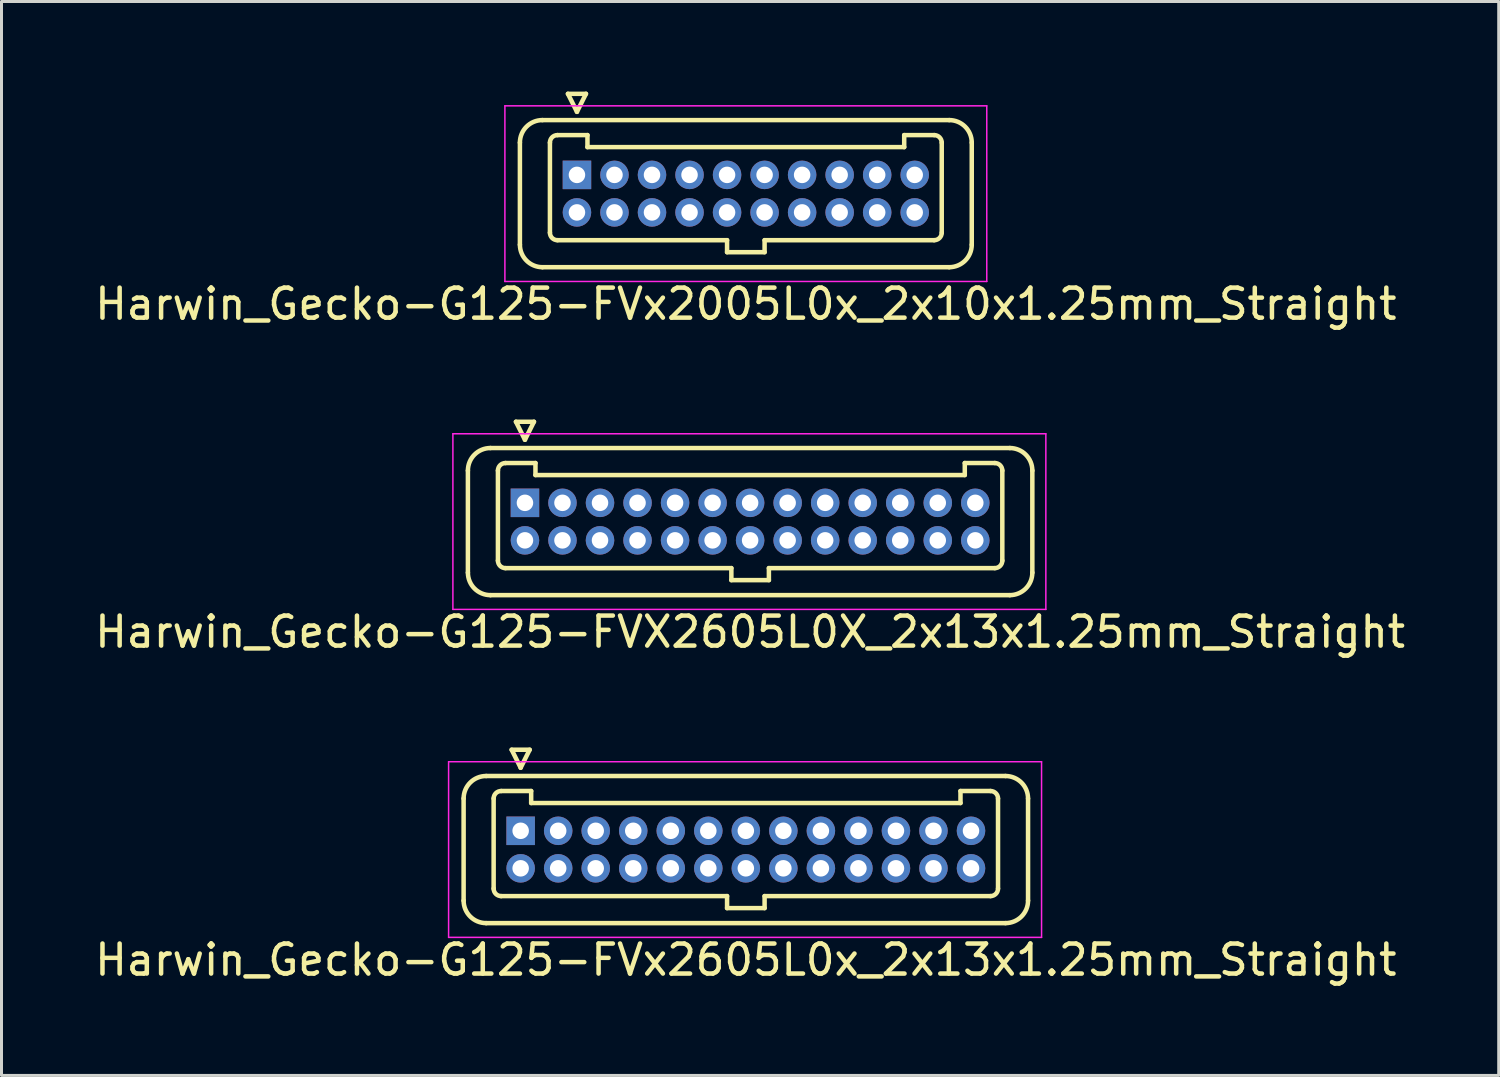
<source format=kicad_pcb>
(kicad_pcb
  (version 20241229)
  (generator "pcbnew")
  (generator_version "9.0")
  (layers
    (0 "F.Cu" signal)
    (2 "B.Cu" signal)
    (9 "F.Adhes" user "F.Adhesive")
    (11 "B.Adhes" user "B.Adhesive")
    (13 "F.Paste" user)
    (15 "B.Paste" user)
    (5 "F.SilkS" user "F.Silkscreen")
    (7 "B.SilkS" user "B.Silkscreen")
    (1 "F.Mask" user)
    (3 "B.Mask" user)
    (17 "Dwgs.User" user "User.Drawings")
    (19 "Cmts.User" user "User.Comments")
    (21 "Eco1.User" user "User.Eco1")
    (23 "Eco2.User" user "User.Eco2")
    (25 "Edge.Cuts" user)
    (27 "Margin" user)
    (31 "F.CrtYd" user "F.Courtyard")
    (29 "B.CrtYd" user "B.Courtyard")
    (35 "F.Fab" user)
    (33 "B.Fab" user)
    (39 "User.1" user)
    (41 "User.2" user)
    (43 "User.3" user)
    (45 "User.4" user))
  (footprint "Harwin_Gecko-G125-FVX2605L0X_2x13x1.25mm_Straight"
    (layer "F.Cu")
    (at 14.435 13.698)
    (property "Reference" "Harwin_Gecko-G125-FVX2605L0X_2x13x1.25mm_Straight" (at 7.5 4.3 0) (layer "F.SilkS") (effects (font (size 1 1) (thickness 0.15))))
    (attr through_hole)
    (fp_line (start -1.9 -1.075) (end -1.9 2.325) (stroke (width 0.15) (type solid)) (layer "F.SilkS"))
    (fp_line (start -1.15 -1.825) (end 16.15 -1.825) (stroke (width 0.15) (type solid)) (layer "F.SilkS"))
    (fp_line (start -1.15 3.075) (end 16.15 3.075) (stroke (width 0.15) (type solid)) (layer "F.SilkS"))
    (fp_line (start -0.9 -1.075) (end -0.9 1.925) (stroke (width 0.15) (type solid)) (layer "F.SilkS"))
    (fp_line (start -0.65 -1.325) (end 0.35 -1.325) (stroke (width 0.15) (type solid)) (layer "F.SilkS"))
    (fp_line (start -0.65 2.175) (end 6.875 2.175) (stroke (width 0.15) (type solid)) (layer "F.SilkS"))
    (fp_line (start -0.3 -2.7) (end 0.3 -2.7) (stroke (width 0.15) (type solid)) (layer "F.SilkS"))
    (fp_line (start 0 -2.1) (end -0.3 -2.7) (stroke (width 0.15) (type solid)) (layer "F.SilkS"))
    (fp_line (start 0.3 -2.7) (end 0 -2.1) (stroke (width 0.15) (type solid)) (layer "F.SilkS"))
    (fp_line (start 0.35 -1.325) (end 0.35 -0.925) (stroke (width 0.15) (type solid)) (layer "F.SilkS"))
    (fp_line (start 0.35 -0.925) (end 14.65 -0.925) (stroke (width 0.15) (type solid)) (layer "F.SilkS"))
    (fp_line (start 6.875 2.175) (end 6.875 2.575) (stroke (width 0.15) (type solid)) (layer "F.SilkS"))
    (fp_line (start 6.875 2.575) (end 8.125 2.575) (stroke (width 0.15) (type solid)) (layer "F.SilkS"))
    (fp_line (start 8.125 2.175) (end 15.65 2.175) (stroke (width 0.15) (type solid)) (layer "F.SilkS"))
    (fp_line (start 8.125 2.575) (end 8.125 2.175) (stroke (width 0.15) (type solid)) (layer "F.SilkS"))
    (fp_line (start 14.65 -1.325) (end 15.65 -1.325) (stroke (width 0.15) (type solid)) (layer "F.SilkS"))
    (fp_line (start 14.65 -0.925) (end 14.65 -1.325) (stroke (width 0.15) (type solid)) (layer "F.SilkS"))
    (fp_line (start 15.9 -1.075) (end 15.9 1.925) (stroke (width 0.15) (type solid)) (layer "F.SilkS"))
    (fp_line (start 16.9 -1.075) (end 16.9 2.325) (stroke (width 0.15) (type solid)) (layer "F.SilkS"))
    (fp_arc (start -1.9 -1.075) (mid -1.68033 -1.60533) (end -1.15 -1.825) (stroke (width 0.15) (type solid)) (layer "F.SilkS"))
    (fp_arc (start -1.15 3.075) (mid -1.68033 2.85533) (end -1.9 2.325) (stroke (width 0.15) (type solid)) (layer "F.SilkS"))
    (fp_arc (start -0.9 -1.075) (mid -0.826777 -1.251777) (end -0.65 -1.325) (stroke (width 0.15) (type solid)) (layer "F.SilkS"))
    (fp_arc (start -0.65 2.175) (mid -0.826777 2.101777) (end -0.9 1.925) (stroke (width 0.15) (type solid)) (layer "F.SilkS"))
    (fp_arc (start 15.65 -1.325) (mid 15.826777 -1.251777) (end 15.9 -1.075) (stroke (width 0.15) (type solid)) (layer "F.SilkS"))
    (fp_arc (start 15.9 1.925) (mid 15.826777 2.101777) (end 15.65 2.175) (stroke (width 0.15) (type solid)) (layer "F.SilkS"))
    (fp_arc (start 16.15 -1.825) (mid 16.68033 -1.60533) (end 16.9 -1.075) (stroke (width 0.15) (type solid)) (layer "F.SilkS"))
    (fp_arc (start 16.9 2.325) (mid 16.68033 2.85533) (end 16.15 3.075) (stroke (width 0.15) (type solid)) (layer "F.SilkS"))
    (fp_line (start -2.4 -2.3) (end -2.4 3.55) (stroke (width 0.05) (type solid)) (layer "F.CrtYd"))
    (fp_line (start -2.4 3.55) (end 17.35 3.55) (stroke (width 0.05) (type solid)) (layer "F.CrtYd"))
    (fp_line (start 17.35 -2.3) (end -2.4 -2.3) (stroke (width 0.05) (type solid)) (layer "F.CrtYd"))
    (fp_line (start 17.35 3.55) (end 17.35 -2.3) (stroke (width 0.05) (type solid)) (layer "F.CrtYd"))
    (pad "1" thru_hole rect (at 0 0) (size 0.95 0.95) (drill 0.55) (layers "*.Cu" "*.Mask"))
    (pad "2" thru_hole circle (at 1.25 0) (size 0.95 0.95) (drill 0.55) (layers "*.Cu" "*.Mask"))
    (pad "3" thru_hole circle (at 2.5 0) (size 0.95 0.95) (drill 0.55) (layers "*.Cu" "*.Mask"))
    (pad "4" thru_hole circle (at 3.75 0) (size 0.95 0.95) (drill 0.55) (layers "*.Cu" "*.Mask"))
    (pad "5" thru_hole circle (at 5 0) (size 0.95 0.95) (drill 0.55) (layers "*.Cu" "*.Mask"))
    (pad "6" thru_hole circle (at 6.25 0) (size 0.95 0.95) (drill 0.55) (layers "*.Cu" "*.Mask"))
    (pad "7" thru_hole circle (at 7.5 0) (size 0.95 0.95) (drill 0.55) (layers "*.Cu" "*.Mask"))
    (pad "8" thru_hole circle (at 8.75 0) (size 0.95 0.95) (drill 0.55) (layers "*.Cu" "*.Mask"))
    (pad "9" thru_hole circle (at 10 0) (size 0.95 0.95) (drill 0.55) (layers "*.Cu" "*.Mask"))
    (pad "10" thru_hole circle (at 11.25 0) (size 0.95 0.95) (drill 0.55) (layers "*.Cu" "*.Mask"))
    (pad "11" thru_hole circle (at 12.5 0) (size 0.95 0.95) (drill 0.55) (layers "*.Cu" "*.Mask"))
    (pad "12" thru_hole circle (at 13.75 0) (size 0.95 0.95) (drill 0.55) (layers "*.Cu" "*.Mask"))
    (pad "13" thru_hole circle (at 15 0) (size 0.95 0.95) (drill 0.55) (layers "*.Cu" "*.Mask"))
    (pad "14" thru_hole circle (at 0 1.25) (size 0.95 0.95) (drill 0.55) (layers "*.Cu" "*.Mask"))
    (pad "15" thru_hole circle (at 1.25 1.25) (size 0.95 0.95) (drill 0.55) (layers "*.Cu" "*.Mask"))
    (pad "16" thru_hole circle (at 2.5 1.25) (size 0.95 0.95) (drill 0.55) (layers "*.Cu" "*.Mask"))
    (pad "17" thru_hole circle (at 3.75 1.25) (size 0.95 0.95) (drill 0.55) (layers "*.Cu" "*.Mask"))
    (pad "18" thru_hole circle (at 5 1.25) (size 0.95 0.95) (drill 0.55) (layers "*.Cu" "*.Mask"))
    (pad "19" thru_hole circle (at 6.25 1.25) (size 0.95 0.95) (drill 0.55) (layers "*.Cu" "*.Mask"))
    (pad "20" thru_hole circle (at 7.5 1.25) (size 0.95 0.95) (drill 0.55) (layers "*.Cu" "*.Mask"))
    (pad "21" thru_hole circle (at 8.75 1.25) (size 0.95 0.95) (drill 0.55) (layers "*.Cu" "*.Mask"))
    (pad "22" thru_hole circle (at 10 1.25) (size 0.95 0.95) (drill 0.55) (layers "*.Cu" "*.Mask"))
    (pad "23" thru_hole circle (at 11.25 1.25) (size 0.95 0.95) (drill 0.55) (layers "*.Cu" "*.Mask"))
    (pad "24" thru_hole circle (at 12.5 1.25) (size 0.95 0.95) (drill 0.55) (layers "*.Cu" "*.Mask"))
    (pad "25" thru_hole circle (at 13.75 1.25) (size 0.95 0.95) (drill 0.55) (layers "*.Cu" "*.Mask"))
    (pad "26" thru_hole circle (at 15 1.25) (size 0.95 0.95) (drill 0.55) (layers "*.Cu" "*.Mask")))
  (footprint "Harwin_Gecko-G125-FVx2005L0x_2x10x1.25mm_Straight"
    (layer "F.Cu")
    (at 16.167 2.775)
    (property "Reference" "Harwin_Gecko-G125-FVx2005L0x_2x10x1.25mm_Straight" (at 5.625 4.3 0) (layer "F.SilkS") (effects (font (size 1 1) (thickness 0.15))))
    (attr through_hole)
    (fp_line (start -1.9 -1.075) (end -1.9 2.325) (stroke (width 0.15) (type solid)) (layer "F.SilkS"))
    (fp_line (start -1.15 -1.825) (end 12.4 -1.825) (stroke (width 0.15) (type solid)) (layer "F.SilkS"))
    (fp_line (start -1.15 3.075) (end 12.4 3.075) (stroke (width 0.15) (type solid)) (layer "F.SilkS"))
    (fp_line (start -0.9 -1.075) (end -0.9 1.925) (stroke (width 0.15) (type solid)) (layer "F.SilkS"))
    (fp_line (start -0.65 -1.325) (end 0.35 -1.325) (stroke (width 0.15) (type solid)) (layer "F.SilkS"))
    (fp_line (start -0.65 2.175) (end 5 2.175) (stroke (width 0.15) (type solid)) (layer "F.SilkS"))
    (fp_line (start -0.3 -2.7) (end 0.3 -2.7) (stroke (width 0.15) (type solid)) (layer "F.SilkS"))
    (fp_line (start 0 -2.1) (end -0.3 -2.7) (stroke (width 0.15) (type solid)) (layer "F.SilkS"))
    (fp_line (start 0.3 -2.7) (end 0 -2.1) (stroke (width 0.15) (type solid)) (layer "F.SilkS"))
    (fp_line (start 0.35 -1.325) (end 0.35 -0.925) (stroke (width 0.15) (type solid)) (layer "F.SilkS"))
    (fp_line (start 0.35 -0.925) (end 10.9 -0.925) (stroke (width 0.15) (type solid)) (layer "F.SilkS"))
    (fp_line (start 5 2.175) (end 5 2.575) (stroke (width 0.15) (type solid)) (layer "F.SilkS"))
    (fp_line (start 5 2.575) (end 6.25 2.575) (stroke (width 0.15) (type solid)) (layer "F.SilkS"))
    (fp_line (start 6.25 2.175) (end 11.9 2.175) (stroke (width 0.15) (type solid)) (layer "F.SilkS"))
    (fp_line (start 6.25 2.575) (end 6.25 2.175) (stroke (width 0.15) (type solid)) (layer "F.SilkS"))
    (fp_line (start 10.9 -1.325) (end 11.9 -1.325) (stroke (width 0.15) (type solid)) (layer "F.SilkS"))
    (fp_line (start 10.9 -0.925) (end 10.9 -1.325) (stroke (width 0.15) (type solid)) (layer "F.SilkS"))
    (fp_line (start 12.15 -1.075) (end 12.15 1.925) (stroke (width 0.15) (type solid)) (layer "F.SilkS"))
    (fp_line (start 13.15 -1.075) (end 13.15 2.325) (stroke (width 0.15) (type solid)) (layer "F.SilkS"))
    (fp_arc (start -1.9 -1.075) (mid -1.68033 -1.60533) (end -1.15 -1.825) (stroke (width 0.15) (type solid)) (layer "F.SilkS"))
    (fp_arc (start -1.15 3.075) (mid -1.68033 2.85533) (end -1.9 2.325) (stroke (width 0.15) (type solid)) (layer "F.SilkS"))
    (fp_arc (start -0.9 -1.075) (mid -0.826777 -1.251777) (end -0.65 -1.325) (stroke (width 0.15) (type solid)) (layer "F.SilkS"))
    (fp_arc (start -0.65 2.175) (mid -0.826777 2.101777) (end -0.9 1.925) (stroke (width 0.15) (type solid)) (layer "F.SilkS"))
    (fp_arc (start 11.9 -1.325) (mid 12.076777 -1.251777) (end 12.15 -1.075) (stroke (width 0.15) (type solid)) (layer "F.SilkS"))
    (fp_arc (start 12.15 1.925) (mid 12.076777 2.101777) (end 11.9 2.175) (stroke (width 0.15) (type solid)) (layer "F.SilkS"))
    (fp_arc (start 12.4 -1.825) (mid 12.93033 -1.60533) (end 13.15 -1.075) (stroke (width 0.15) (type solid)) (layer "F.SilkS"))
    (fp_arc (start 13.15 2.325) (mid 12.93033 2.85533) (end 12.4 3.075) (stroke (width 0.15) (type solid)) (layer "F.SilkS"))
    (fp_line (start -2.4 -2.3) (end -2.4 3.55) (stroke (width 0.05) (type solid)) (layer "F.CrtYd"))
    (fp_line (start -2.4 3.55) (end 13.65 3.55) (stroke (width 0.05) (type solid)) (layer "F.CrtYd"))
    (fp_line (start 13.65 -2.3) (end -2.4 -2.3) (stroke (width 0.05) (type solid)) (layer "F.CrtYd"))
    (fp_line (start 13.65 3.55) (end 13.65 -2.3) (stroke (width 0.05) (type solid)) (layer "F.CrtYd"))
    (pad "1" thru_hole rect (at 0 0) (size 0.95 0.95) (drill 0.55) (layers "*.Cu" "*.Mask"))
    (pad "2" thru_hole circle (at 0 1.25) (size 0.95 0.95) (drill 0.55) (layers "*.Cu" "*.Mask"))
    (pad "3" thru_hole circle (at 1.25 0) (size 0.95 0.95) (drill 0.55) (layers "*.Cu" "*.Mask"))
    (pad "4" thru_hole circle (at 1.25 1.25) (size 0.95 0.95) (drill 0.55) (layers "*.Cu" "*.Mask"))
    (pad "5" thru_hole circle (at 2.5 0) (size 0.95 0.95) (drill 0.55) (layers "*.Cu" "*.Mask"))
    (pad "6" thru_hole circle (at 2.5 1.25) (size 0.95 0.95) (drill 0.55) (layers "*.Cu" "*.Mask"))
    (pad "7" thru_hole circle (at 3.75 0) (size 0.95 0.95) (drill 0.55) (layers "*.Cu" "*.Mask"))
    (pad "8" thru_hole circle (at 3.75 1.25) (size 0.95 0.95) (drill 0.55) (layers "*.Cu" "*.Mask"))
    (pad "9" thru_hole circle (at 5 0) (size 0.95 0.95) (drill 0.55) (layers "*.Cu" "*.Mask"))
    (pad "10" thru_hole circle (at 5 1.25) (size 0.95 0.95) (drill 0.55) (layers "*.Cu" "*.Mask"))
    (pad "11" thru_hole circle (at 6.25 0) (size 0.95 0.95) (drill 0.55) (layers "*.Cu" "*.Mask"))
    (pad "12" thru_hole circle (at 6.25 1.25) (size 0.95 0.95) (drill 0.55) (layers "*.Cu" "*.Mask"))
    (pad "13" thru_hole circle (at 7.5 0) (size 0.95 0.95) (drill 0.55) (layers "*.Cu" "*.Mask"))
    (pad "14" thru_hole circle (at 7.5 1.25) (size 0.95 0.95) (drill 0.55) (layers "*.Cu" "*.Mask"))
    (pad "15" thru_hole circle (at 8.75 0) (size 0.95 0.95) (drill 0.55) (layers "*.Cu" "*.Mask"))
    (pad "16" thru_hole circle (at 8.75 1.25) (size 0.95 0.95) (drill 0.55) (layers "*.Cu" "*.Mask"))
    (pad "17" thru_hole circle (at 10 0) (size 0.95 0.95) (drill 0.55) (layers "*.Cu" "*.Mask"))
    (pad "18" thru_hole circle (at 10 1.25) (size 0.95 0.95) (drill 0.55) (layers "*.Cu" "*.Mask"))
    (pad "19" thru_hole circle (at 11.25 0) (size 0.95 0.95) (drill 0.55) (layers "*.Cu" "*.Mask"))
    (pad "20" thru_hole circle (at 11.25 1.25) (size 0.95 0.95) (drill 0.55) (layers "*.Cu" "*.Mask")))
  (footprint "Harwin_Gecko-G125-FVx2605L0x_2x13x1.25mm_Straight"
    (layer "F.Cu")
    (at 14.292 24.622)
    (property "Reference" "Harwin_Gecko-G125-FVx2605L0x_2x13x1.25mm_Straight" (at 7.5 4.3 0) (layer "F.SilkS") (effects (font (size 1 1) (thickness 0.15))))
    (attr through_hole)
    (fp_line (start -1.9 -1.075) (end -1.9 2.325) (stroke (width 0.15) (type solid)) (layer "F.SilkS"))
    (fp_line (start -1.15 -1.825) (end 16.15 -1.825) (stroke (width 0.15) (type solid)) (layer "F.SilkS"))
    (fp_line (start -1.15 3.075) (end 16.15 3.075) (stroke (width 0.15) (type solid)) (layer "F.SilkS"))
    (fp_line (start -0.9 -1.075) (end -0.9 1.925) (stroke (width 0.15) (type solid)) (layer "F.SilkS"))
    (fp_line (start -0.65 -1.325) (end 0.35 -1.325) (stroke (width 0.15) (type solid)) (layer "F.SilkS"))
    (fp_line (start -0.65 2.175) (end 6.875 2.175) (stroke (width 0.15) (type solid)) (layer "F.SilkS"))
    (fp_line (start -0.3 -2.7) (end 0.3 -2.7) (stroke (width 0.15) (type solid)) (layer "F.SilkS"))
    (fp_line (start 0 -2.1) (end -0.3 -2.7) (stroke (width 0.15) (type solid)) (layer "F.SilkS"))
    (fp_line (start 0.3 -2.7) (end 0 -2.1) (stroke (width 0.15) (type solid)) (layer "F.SilkS"))
    (fp_line (start 0.35 -1.325) (end 0.35 -0.925) (stroke (width 0.15) (type solid)) (layer "F.SilkS"))
    (fp_line (start 0.35 -0.925) (end 14.65 -0.925) (stroke (width 0.15) (type solid)) (layer "F.SilkS"))
    (fp_line (start 6.875 2.175) (end 6.875 2.575) (stroke (width 0.15) (type solid)) (layer "F.SilkS"))
    (fp_line (start 6.875 2.575) (end 8.125 2.575) (stroke (width 0.15) (type solid)) (layer "F.SilkS"))
    (fp_line (start 8.125 2.175) (end 15.65 2.175) (stroke (width 0.15) (type solid)) (layer "F.SilkS"))
    (fp_line (start 8.125 2.575) (end 8.125 2.175) (stroke (width 0.15) (type solid)) (layer "F.SilkS"))
    (fp_line (start 14.65 -1.325) (end 15.65 -1.325) (stroke (width 0.15) (type solid)) (layer "F.SilkS"))
    (fp_line (start 14.65 -0.925) (end 14.65 -1.325) (stroke (width 0.15) (type solid)) (layer "F.SilkS"))
    (fp_line (start 15.9 -1.075) (end 15.9 1.925) (stroke (width 0.15) (type solid)) (layer "F.SilkS"))
    (fp_line (start 16.9 -1.075) (end 16.9 2.325) (stroke (width 0.15) (type solid)) (layer "F.SilkS"))
    (fp_arc (start -1.9 -1.075) (mid -1.68033 -1.60533) (end -1.15 -1.825) (stroke (width 0.15) (type solid)) (layer "F.SilkS"))
    (fp_arc (start -1.15 3.075) (mid -1.68033 2.85533) (end -1.9 2.325) (stroke (width 0.15) (type solid)) (layer "F.SilkS"))
    (fp_arc (start -0.9 -1.075) (mid -0.826777 -1.251777) (end -0.65 -1.325) (stroke (width 0.15) (type solid)) (layer "F.SilkS"))
    (fp_arc (start -0.65 2.175) (mid -0.826777 2.101777) (end -0.9 1.925) (stroke (width 0.15) (type solid)) (layer "F.SilkS"))
    (fp_arc (start 15.65 -1.325) (mid 15.826777 -1.251777) (end 15.9 -1.075) (stroke (width 0.15) (type solid)) (layer "F.SilkS"))
    (fp_arc (start 15.9 1.925) (mid 15.826777 2.101777) (end 15.65 2.175) (stroke (width 0.15) (type solid)) (layer "F.SilkS"))
    (fp_arc (start 16.15 -1.825) (mid 16.68033 -1.60533) (end 16.9 -1.075) (stroke (width 0.15) (type solid)) (layer "F.SilkS"))
    (fp_arc (start 16.9 2.325) (mid 16.68033 2.85533) (end 16.15 3.075) (stroke (width 0.15) (type solid)) (layer "F.SilkS"))
    (fp_line (start -2.4 -2.3) (end -2.4 3.55) (stroke (width 0.05) (type solid)) (layer "F.CrtYd"))
    (fp_line (start -2.4 3.55) (end 17.35 3.55) (stroke (width 0.05) (type solid)) (layer "F.CrtYd"))
    (fp_line (start 17.35 -2.3) (end -2.4 -2.3) (stroke (width 0.05) (type solid)) (layer "F.CrtYd"))
    (fp_line (start 17.35 3.55) (end 17.35 -2.3) (stroke (width 0.05) (type solid)) (layer "F.CrtYd"))
    (pad "1" thru_hole rect (at 0 0) (size 0.95 0.95) (drill 0.55) (layers "*.Cu" "*.Mask"))
    (pad "2" thru_hole circle (at 0 1.25) (size 0.95 0.95) (drill 0.55) (layers "*.Cu" "*.Mask"))
    (pad "3" thru_hole circle (at 1.25 0) (size 0.95 0.95) (drill 0.55) (layers "*.Cu" "*.Mask"))
    (pad "4" thru_hole circle (at 1.25 1.25) (size 0.95 0.95) (drill 0.55) (layers "*.Cu" "*.Mask"))
    (pad "5" thru_hole circle (at 2.5 0) (size 0.95 0.95) (drill 0.55) (layers "*.Cu" "*.Mask"))
    (pad "6" thru_hole circle (at 2.5 1.25) (size 0.95 0.95) (drill 0.55) (layers "*.Cu" "*.Mask"))
    (pad "7" thru_hole circle (at 3.75 0) (size 0.95 0.95) (drill 0.55) (layers "*.Cu" "*.Mask"))
    (pad "8" thru_hole circle (at 3.75 1.25) (size 0.95 0.95) (drill 0.55) (layers "*.Cu" "*.Mask"))
    (pad "9" thru_hole circle (at 5 0) (size 0.95 0.95) (drill 0.55) (layers "*.Cu" "*.Mask"))
    (pad "10" thru_hole circle (at 5 1.25) (size 0.95 0.95) (drill 0.55) (layers "*.Cu" "*.Mask"))
    (pad "11" thru_hole circle (at 6.25 0) (size 0.95 0.95) (drill 0.55) (layers "*.Cu" "*.Mask"))
    (pad "12" thru_hole circle (at 6.25 1.25) (size 0.95 0.95) (drill 0.55) (layers "*.Cu" "*.Mask"))
    (pad "13" thru_hole circle (at 7.5 0) (size 0.95 0.95) (drill 0.55) (layers "*.Cu" "*.Mask"))
    (pad "14" thru_hole circle (at 7.5 1.25) (size 0.95 0.95) (drill 0.55) (layers "*.Cu" "*.Mask"))
    (pad "15" thru_hole circle (at 8.75 0) (size 0.95 0.95) (drill 0.55) (layers "*.Cu" "*.Mask"))
    (pad "16" thru_hole circle (at 8.75 1.25) (size 0.95 0.95) (drill 0.55) (layers "*.Cu" "*.Mask"))
    (pad "17" thru_hole circle (at 10 0) (size 0.95 0.95) (drill 0.55) (layers "*.Cu" "*.Mask"))
    (pad "18" thru_hole circle (at 10 1.25) (size 0.95 0.95) (drill 0.55) (layers "*.Cu" "*.Mask"))
    (pad "19" thru_hole circle (at 11.25 0) (size 0.95 0.95) (drill 0.55) (layers "*.Cu" "*.Mask"))
    (pad "20" thru_hole circle (at 11.25 1.25) (size 0.95 0.95) (drill 0.55) (layers "*.Cu" "*.Mask"))
    (pad "21" thru_hole circle (at 12.5 0) (size 0.95 0.95) (drill 0.55) (layers "*.Cu" "*.Mask"))
    (pad "22" thru_hole circle (at 12.5 1.25) (size 0.95 0.95) (drill 0.55) (layers "*.Cu" "*.Mask"))
    (pad "23" thru_hole circle (at 13.75 0) (size 0.95 0.95) (drill 0.55) (layers "*.Cu" "*.Mask"))
    (pad "24" thru_hole circle (at 13.75 1.25) (size 0.95 0.95) (drill 0.55) (layers "*.Cu" "*.Mask"))
    (pad "25" thru_hole circle (at 15 0) (size 0.95 0.95) (drill 0.55) (layers "*.Cu" "*.Mask"))
    (pad "26" thru_hole circle (at 15 1.25) (size 0.95 0.95) (drill 0.55) (layers "*.Cu" "*.Mask")))
  (gr_rect
    (start -3 -3)
    (end 46.869 32.77)
    (stroke (width 0.1) (type default))
    (fill no)
    (layer "Edge.Cuts")))
</source>
